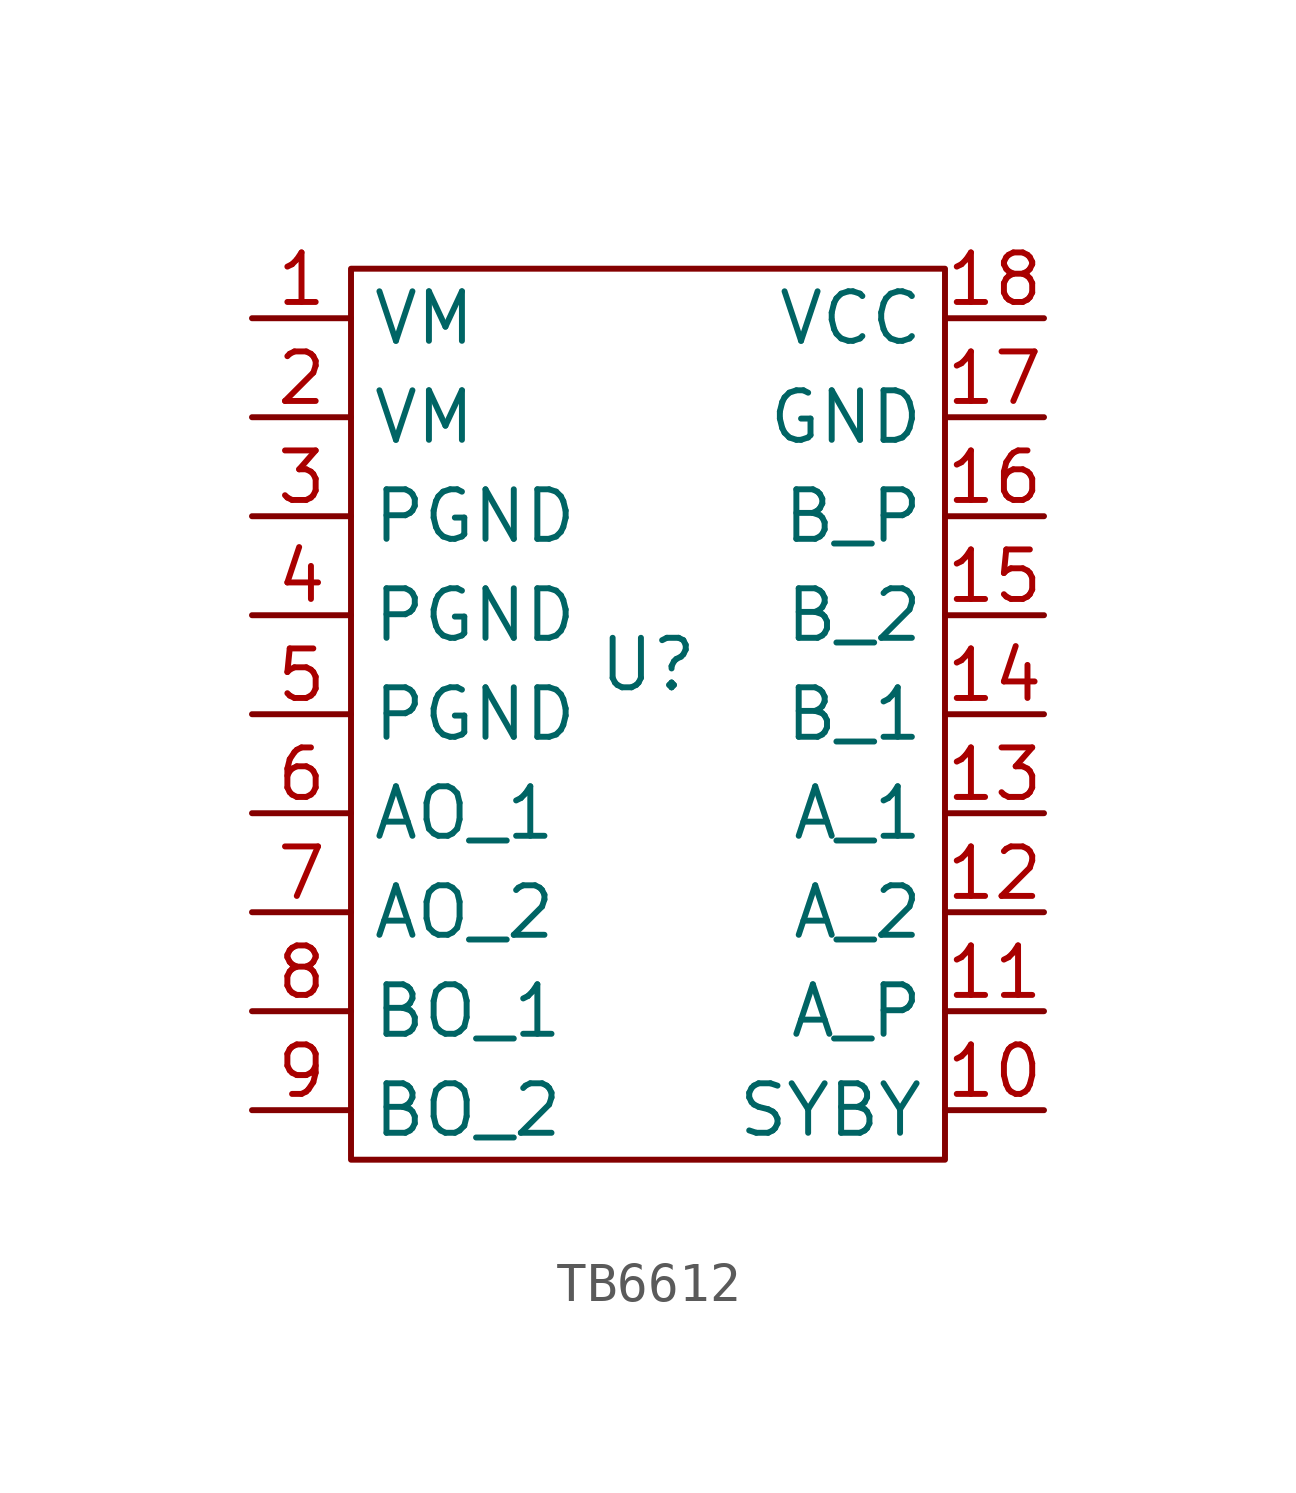
<source format=kicad_sym>
(kicad_symbol_lib
  (version 20231120)
  (generator "kicad_symbol_editor")
  (generator_version "8.0")
  (symbol "TB6612"
    (property "Reference" "U"
      (at 0 0 0)
      (effects (font (size 1.27 1.27))))
    (symbol "TB6612_0_1"
      (rectangle (start -7.62 10.16) (end 7.62 -12.7) (stroke (width 0) (type default)) (fill (type none))))
    (symbol "TB6612_1_1"
      (pin power_in line (at -10.16 8.89 0) (length 2.54) (name "VM" (effects (font (size 1.27 1.27)))) (number "1" (effects (font (size 1.27 1.27)))))
      (pin input line (at 10.16 -11.43 180) (length 2.54) (name "SYBY" (effects (font (size 1.27 1.27)))) (number "10" (effects (font (size 1.27 1.27)))))
      (pin input line (at 10.16 -8.89 180) (length 2.54) (name "A_P" (effects (font (size 1.27 1.27)))) (number "11" (effects (font (size 1.27 1.27)))))
      (pin input line (at 10.16 -6.35 180) (length 2.54) (name "A_2" (effects (font (size 1.27 1.27)))) (number "12" (effects (font (size 1.27 1.27)))))
      (pin input line (at 10.16 -3.81 180) (length 2.54) (name "A_1" (effects (font (size 1.27 1.27)))) (number "13" (effects (font (size 1.27 1.27)))))
      (pin input line (at 10.16 -1.27 180) (length 2.54) (name "B_1" (effects (font (size 1.27 1.27)))) (number "14" (effects (font (size 1.27 1.27)))))
      (pin input line (at 10.16 1.27 180) (length 2.54) (name "B_2" (effects (font (size 1.27 1.27)))) (number "15" (effects (font (size 1.27 1.27)))))
      (pin input line (at 10.16 3.81 180) (length 2.54) (name "B_P" (effects (font (size 1.27 1.27)))) (number "16" (effects (font (size 1.27 1.27)))))
      (pin passive line (at 10.16 6.35 180) (length 2.54) (name "GND" (effects (font (size 1.27 1.27)))) (number "17" (effects (font (size 1.27 1.27)))))
      (pin power_in line (at 10.16 8.89 180) (length 2.54) (name "VCC" (effects (font (size 1.27 1.27)))) (number "18" (effects (font (size 1.27 1.27)))))
      (pin power_in line (at -10.16 6.35 0) (length 2.54) (name "VM" (effects (font (size 1.27 1.27)))) (number "2" (effects (font (size 1.27 1.27)))))
      (pin passive line (at -10.16 3.81 0) (length 2.54) (name "PGND" (effects (font (size 1.27 1.27)))) (number "3" (effects (font (size 1.27 1.27)))))
      (pin passive line (at -10.16 1.27 0) (length 2.54) (name "PGND" (effects (font (size 1.27 1.27)))) (number "4" (effects (font (size 1.27 1.27)))))
      (pin passive line (at -10.16 -1.27 0) (length 2.54) (name "PGND" (effects (font (size 1.27 1.27)))) (number "5" (effects (font (size 1.27 1.27)))))
      (pin output line (at -10.16 -3.81 0) (length 2.54) (name "AO_1" (effects (font (size 1.27 1.27)))) (number "6" (effects (font (size 1.27 1.27)))))
      (pin output line (at -10.16 -6.35 0) (length 2.54) (name "AO_2" (effects (font (size 1.27 1.27)))) (number "7" (effects (font (size 1.27 1.27)))))
      (pin output line (at -10.16 -8.89 0) (length 2.54) (name "BO_1" (effects (font (size 1.27 1.27)))) (number "8" (effects (font (size 1.27 1.27)))))
      (pin output line (at -10.16 -11.43 0) (length 2.54) (name "BO_2" (effects (font (size 1.27 1.27)))) (number "9" (effects (font (size 1.27 1.27))))))))
</source>
